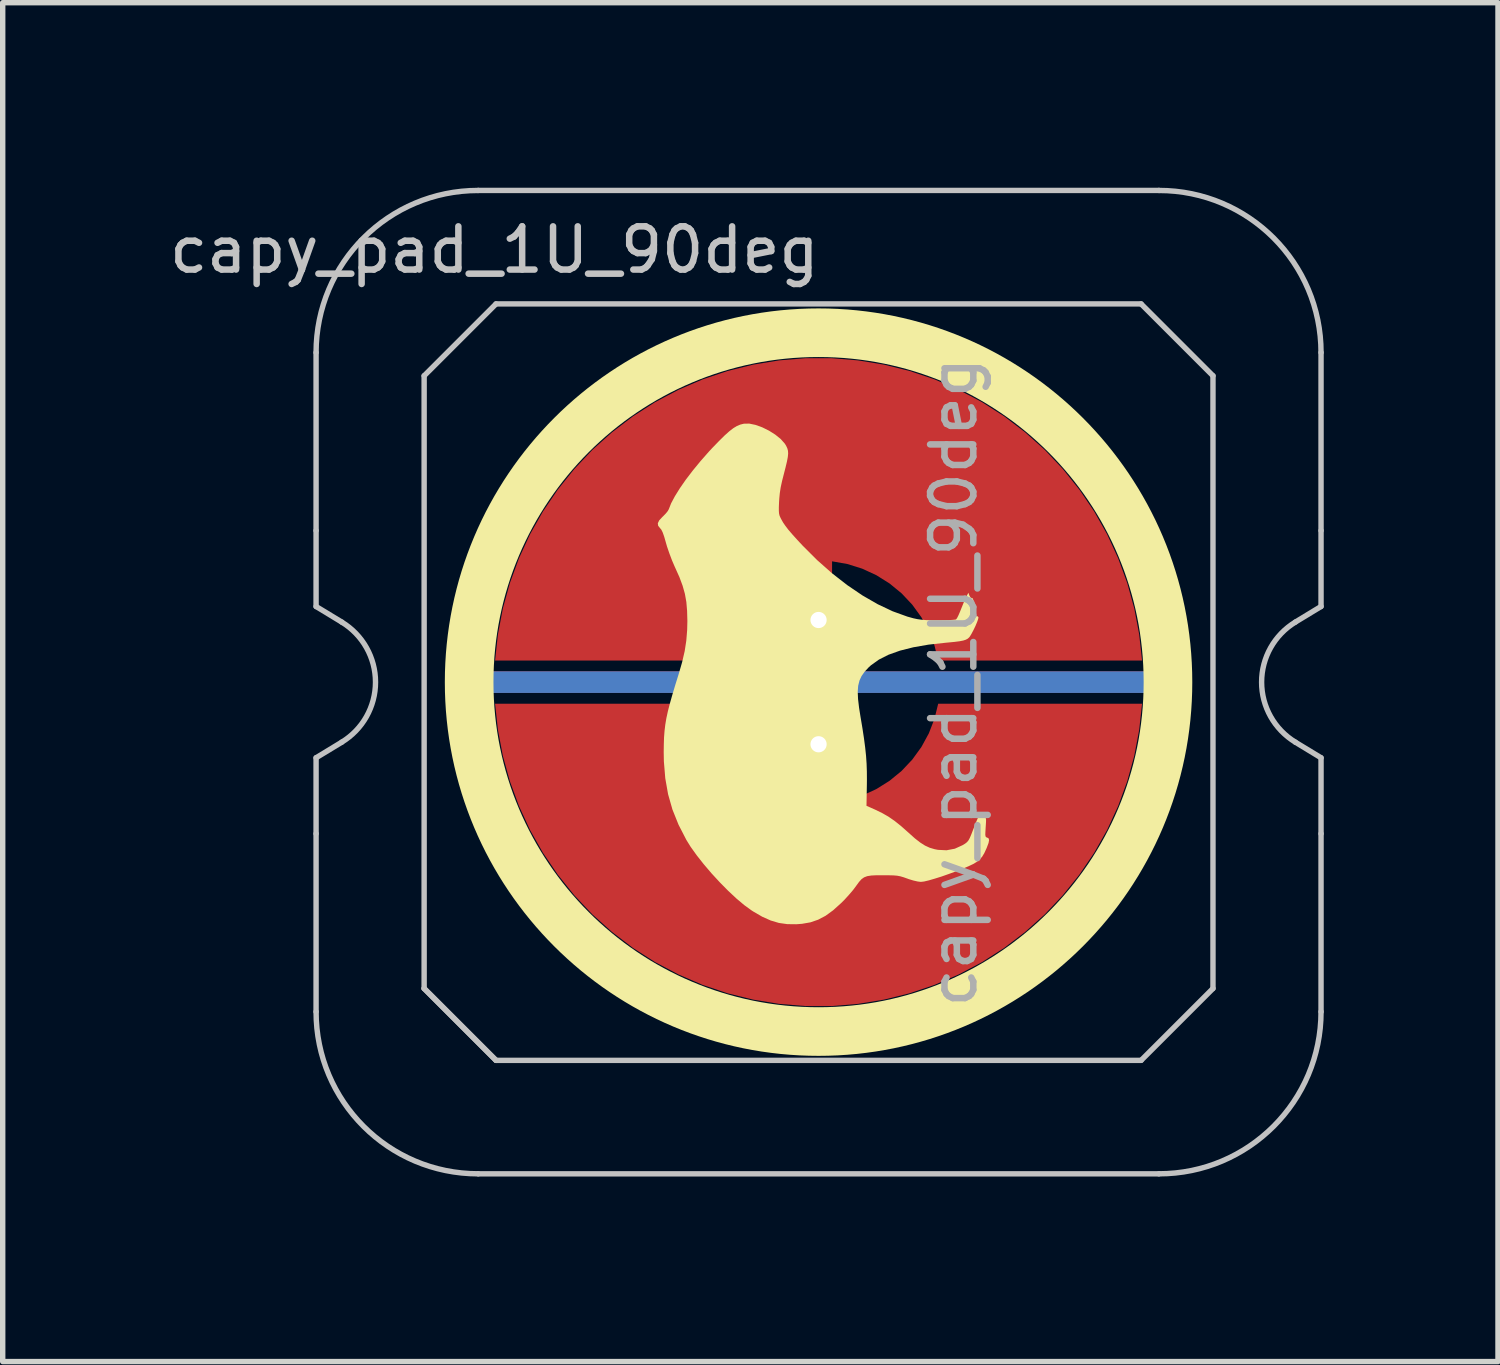
<source format=kicad_pcb>
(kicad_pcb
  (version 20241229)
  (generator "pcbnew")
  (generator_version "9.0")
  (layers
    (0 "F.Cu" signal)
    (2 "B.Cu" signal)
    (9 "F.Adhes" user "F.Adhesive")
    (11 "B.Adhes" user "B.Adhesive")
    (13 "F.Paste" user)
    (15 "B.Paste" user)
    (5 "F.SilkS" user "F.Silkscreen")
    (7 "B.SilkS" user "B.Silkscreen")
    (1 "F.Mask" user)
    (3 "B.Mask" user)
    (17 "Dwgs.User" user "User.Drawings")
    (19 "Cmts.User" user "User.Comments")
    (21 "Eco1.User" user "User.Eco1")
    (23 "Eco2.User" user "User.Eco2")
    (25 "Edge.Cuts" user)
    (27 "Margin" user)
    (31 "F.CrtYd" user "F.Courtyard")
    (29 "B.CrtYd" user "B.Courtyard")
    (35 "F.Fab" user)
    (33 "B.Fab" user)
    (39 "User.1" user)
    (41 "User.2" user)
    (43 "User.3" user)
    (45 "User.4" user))
  (footprint "capy_pad_1U_90deg"
    (layer "F.Cu")
    (at 12.1 9.575)
    (property "Reference" "capy_pad_1U_90deg" (at -6 -8 0) (layer "Dwgs.User") (effects (font (size 0.8 0.8) (thickness 0.12))))
    (attr smd)
    (fp_circle (center 0 0) (end 0 6.467) (stroke (width 0.9) (type solid)) (fill no) (layer "F.SilkS"))
    (fp_poly (pts (xy -2.949 -2.994) (xy -2.889 -3.059) (xy -2.883 -3.064) (xy -2.831 -3.117) (xy -2.79 -3.167) (xy -2.772 -3.2) (xy -2.729 -3.309) (xy -2.66 -3.439) (xy -2.568 -3.587) (xy -2.457 -3.747) (xy -2.328 -3.916) (xy -2.185 -4.09) (xy -2.032 -4.264) (xy -1.967 -4.334) (xy -1.843 -4.462) (xy -1.74 -4.564) (xy -1.653 -4.642) (xy -1.578 -4.7) (xy -1.511 -4.741) (xy -1.447 -4.767) (xy -1.383 -4.783) (xy -1.283 -4.785) (xy -1.167 -4.761) (xy -1.042 -4.716) (xy -0.917 -4.654) (xy -0.8 -4.58) (xy -0.699 -4.498) (xy -0.623 -4.412) (xy -0.598 -4.37) (xy -0.578 -4.327) (xy -0.566 -4.282) (xy -0.563 -4.231) (xy -0.569 -4.167) (xy -0.585 -4.083) (xy -0.611 -3.974) (xy -0.64 -3.861) (xy -0.676 -3.72) (xy -0.701 -3.604) (xy -0.717 -3.5) (xy -0.727 -3.398) (xy -0.731 -3.334) (xy -0.735 -3.237) (xy -0.735 -3.169) (xy -0.731 -3.119) (xy -0.721 -3.079) (xy -0.703 -3.039) (xy -0.691 -3.016) (xy -0.657 -2.955) (xy -0.613 -2.891) (xy -0.557 -2.818) (xy -0.484 -2.733) (xy -0.391 -2.63) (xy -0.296 -2.528) (xy -0.029 -2.261) (xy 0.248 -2.016) (xy 0.529 -1.797) (xy 0.812 -1.605) (xy 1.095 -1.442) (xy 1.372 -1.311) (xy 1.643 -1.213) (xy 1.754 -1.182) (xy 1.829 -1.166) (xy 1.907 -1.155) (xy 1.998 -1.148) (xy 2.112 -1.145) (xy 2.213 -1.145) (xy 2.32 -1.146) (xy 2.415 -1.148) (xy 2.489 -1.153) (xy 2.535 -1.158) (xy 2.545 -1.161) (xy 2.563 -1.185) (xy 2.589 -1.236) (xy 2.619 -1.306) (xy 2.636 -1.349) (xy 2.67 -1.433) (xy 2.702 -1.511) (xy 2.729 -1.571) (xy 2.738 -1.588) (xy 2.773 -1.654) (xy 2.793 -1.6) (xy 2.815 -1.564) (xy 2.839 -1.556) (xy 2.857 -1.547) (xy 2.867 -1.504) (xy 2.867 -1.433) (xy 2.858 -1.336) (xy 2.852 -1.293) (xy 2.847 -1.246) (xy 2.856 -1.226) (xy 2.888 -1.221) (xy 2.904 -1.221) (xy 2.946 -1.218) (xy 2.959 -1.202) (xy 2.954 -1.168) (xy 2.935 -1.114) (xy 2.905 -1.042) (xy 2.868 -0.965) (xy 2.831 -0.895) (xy 2.8 -0.844) (xy 2.789 -0.83) (xy 2.762 -0.805) (xy 2.727 -0.786) (xy 2.679 -0.77) (xy 2.612 -0.757) (xy 2.519 -0.745) (xy 2.395 -0.733) (xy 2.353 -0.729) (xy 2.035 -0.694) (xy 1.754 -0.645) (xy 1.508 -0.583) (xy 1.295 -0.507) (xy 1.117 -0.417) (xy 0.97 -0.312) (xy 0.925 -0.271) (xy 0.852 -0.192) (xy 0.796 -0.113) (xy 0.757 -0.028) (xy 0.733 0.068) (xy 0.725 0.18) (xy 0.731 0.314) (xy 0.75 0.475) (xy 0.775 0.633) (xy 0.812 0.853) (xy 0.841 1.044) (xy 0.863 1.212) (xy 0.879 1.364) (xy 0.889 1.51) (xy 0.894 1.655) (xy 0.895 1.808) (xy 0.894 1.902) (xy 0.887 2.289) (xy 1.047 2.36) (xy 1.177 2.423) (xy 1.294 2.49) (xy 1.407 2.568) (xy 1.526 2.663) (xy 1.659 2.781) (xy 1.668 2.789) (xy 1.783 2.892) (xy 1.882 2.969) (xy 1.97 3.025) (xy 2.057 3.065) (xy 2.148 3.092) (xy 2.21 3.104) (xy 2.368 3.112) (xy 2.522 3.083) (xy 2.667 3.017) (xy 2.667 3.017) (xy 2.714 2.988) (xy 2.748 2.961) (xy 2.774 2.93) (xy 2.799 2.884) (xy 2.827 2.818) (xy 2.856 2.743) (xy 2.89 2.656) (xy 2.921 2.578) (xy 2.946 2.52) (xy 2.96 2.492) (xy 2.987 2.457) (xy 3.01 2.451) (xy 3.021 2.474) (xy 3.021 2.477) (xy 3.038 2.501) (xy 3.064 2.506) (xy 3.083 2.508) (xy 3.095 2.518) (xy 3.1 2.543) (xy 3.099 2.592) (xy 3.094 2.67) (xy 3.093 2.686) (xy 3.088 2.771) (xy 3.086 2.824) (xy 3.091 2.855) (xy 3.101 2.87) (xy 3.12 2.877) (xy 3.148 2.892) (xy 3.156 2.924) (xy 3.146 2.977) (xy 3.116 3.057) (xy 3.112 3.068) (xy 3.069 3.162) (xy 3.029 3.229) (xy 2.984 3.281) (xy 2.926 3.328) (xy 2.92 3.332) (xy 2.861 3.367) (xy 2.772 3.409) (xy 2.663 3.455) (xy 2.538 3.504) (xy 2.407 3.552) (xy 2.276 3.598) (xy 2.151 3.637) (xy 2.041 3.669) (xy 1.953 3.69) (xy 1.893 3.697) (xy 1.892 3.697) (xy 1.835 3.69) (xy 1.756 3.672) (xy 1.67 3.646) (xy 1.643 3.636) (xy 1.572 3.611) (xy 1.514 3.594) (xy 1.457 3.583) (xy 1.391 3.577) (xy 1.305 3.575) (xy 1.211 3.574) (xy 1.078 3.574) (xy 0.977 3.579) (xy 0.901 3.591) (xy 0.843 3.613) (xy 0.795 3.647) (xy 0.75 3.697) (xy 0.7 3.765) (xy 0.696 3.771) (xy 0.64 3.846) (xy 0.565 3.934) (xy 0.483 4.024) (xy 0.416 4.091) (xy 0.268 4.224) (xy 0.129 4.325) (xy -0.008 4.397) (xy -0.151 4.446) (xy -0.306 4.473) (xy -0.412 4.481) (xy -0.579 4.479) (xy -0.734 4.457) (xy -0.885 4.412) (xy -1.042 4.342) (xy -1.211 4.244) (xy -1.246 4.221) (xy -1.375 4.127) (xy -1.519 4.006) (xy -1.671 3.864) (xy -1.827 3.706) (xy -1.98 3.54) (xy -2.125 3.37) (xy -2.256 3.204) (xy -2.369 3.046) (xy -2.447 2.92) (xy -2.592 2.638) (xy -2.704 2.359) (xy -2.785 2.075) (xy -2.837 1.78) (xy -2.863 1.465) (xy -2.866 1.296) (xy -2.864 1.154) (xy -2.86 1.026) (xy -2.851 0.906) (xy -2.837 0.789) (xy -2.817 0.669) (xy -2.789 0.54) (xy -2.752 0.396) (xy -2.706 0.233) (xy -2.649 0.043) (xy -2.59 -0.146) (xy -2.525 -0.37) (xy -2.478 -0.573) (xy -2.448 -0.767) (xy -2.432 -0.963) (xy -2.428 -1.13) (xy -2.433 -1.318) (xy -2.447 -1.483) (xy -2.474 -1.635) (xy -2.516 -1.784) (xy -2.575 -1.943) (xy -2.655 -2.121) (xy -2.662 -2.136) (xy -2.711 -2.25) (xy -2.761 -2.382) (xy -2.805 -2.511) (xy -2.824 -2.577) (xy -2.856 -2.689) (xy -2.884 -2.769) (xy -2.91 -2.822) (xy -2.932 -2.848) (xy -2.969 -2.894) (xy -2.975 -2.941)) (stroke (width 0) (type solid)) (fill yes) (layer "F.SilkS"))
    (fp_line (start -9.3 -2.805) (end -9.3 -6.1) (stroke (width 0.1) (type solid)) (layer "Dwgs.User"))
    (fp_line (start -9.3 -1.4) (end -9.3 -2.805) (stroke (width 0.1) (type solid)) (layer "Dwgs.User"))
    (fp_line (start -9.3 1.4) (end -8.824 1.111) (stroke (width 0.1) (type solid)) (layer "Dwgs.User"))
    (fp_line (start -9.3 2.805) (end -9.3 1.4) (stroke (width 0.1) (type solid)) (layer "Dwgs.User"))
    (fp_line (start -9.3 6.1) (end -9.3 2.805) (stroke (width 0.1) (type solid)) (layer "Dwgs.User"))
    (fp_line (start -8.824 -1.111) (end -9.3 -1.4) (stroke (width 0.1) (type solid)) (layer "Dwgs.User"))
    (fp_line (start -7.3 -5.67) (end -5.97 -7) (stroke (width 0.1) (type solid)) (layer "Dwgs.User"))
    (fp_line (start -7.3 5.67) (end -7.3 -5.67) (stroke (width 0.1) (type solid)) (layer "Dwgs.User"))
    (fp_line (start -7.3 5.67) (end -5.97 7) (stroke (width 0.1) (type solid)) (layer "Dwgs.User"))
    (fp_line (start -6.3 -9.1) (end 6.3 -9.1) (stroke (width 0.1) (type solid)) (layer "Dwgs.User"))
    (fp_line (start -5.97 -7) (end 5.97 -7) (stroke (width 0.1) (type solid)) (layer "Dwgs.User"))
    (fp_line (start -5.97 7) (end -7.3 5.67) (stroke (width 0.1) (type solid)) (layer "Dwgs.User"))
    (fp_line (start 5.97 -7) (end 7.3 -5.67) (stroke (width 0.1) (type solid)) (layer "Dwgs.User"))
    (fp_line (start 5.97 7) (end -5.97 7) (stroke (width 0.1) (type solid)) (layer "Dwgs.User"))
    (fp_line (start 6.3 9.1) (end -6.3 9.1) (stroke (width 0.1) (type solid)) (layer "Dwgs.User"))
    (fp_line (start 7.3 -5.67) (end 7.3 5.67) (stroke (width 0.1) (type solid)) (layer "Dwgs.User"))
    (fp_line (start 7.3 5.67) (end 5.97 7) (stroke (width 0.1) (type solid)) (layer "Dwgs.User"))
    (fp_line (start 8.824 1.111) (end 9.3 1.4) (stroke (width 0.1) (type solid)) (layer "Dwgs.User"))
    (fp_line (start 9.3 -6.1) (end 9.3 -2.805) (stroke (width 0.1) (type solid)) (layer "Dwgs.User"))
    (fp_line (start 9.3 -2.805) (end 9.3 -1.4) (stroke (width 0.1) (type solid)) (layer "Dwgs.User"))
    (fp_line (start 9.3 -1.4) (end 8.824 -1.111) (stroke (width 0.1) (type solid)) (layer "Dwgs.User"))
    (fp_line (start 9.3 1.4) (end 9.3 2.805) (stroke (width 0.1) (type solid)) (layer "Dwgs.User"))
    (fp_line (start 9.3 2.805) (end 9.3 6.1) (stroke (width 0.1) (type solid)) (layer "Dwgs.User"))
    (fp_arc (start -9.3 -6.1) (mid -8.42132 -8.22132) (end -6.3 -9.1) (stroke (width 0.1) (type solid)) (layer "Dwgs.User"))
    (fp_arc (start -8.824333 -1.110619) (mid -8.2 0) (end -8.824333 1.110619) (stroke (width 0.1) (type solid)) (layer "Dwgs.User"))
    (fp_arc (start -6.3 9.1) (mid -8.42132 8.22132) (end -9.3 6.1) (stroke (width 0.1) (type solid)) (layer "Dwgs.User"))
    (fp_arc (start 6.3 -9.1) (mid 8.42132 -8.22132) (end 9.3 -6.1) (stroke (width 0.1) (type solid)) (layer "Dwgs.User"))
    (fp_arc (start 8.824333 1.110619) (mid 8.2 0) (end 8.824333 -1.110619) (stroke (width 0.1) (type solid)) (layer "Dwgs.User"))
    (fp_arc (start 9.3 6.1) (mid 8.42132 8.22132) (end 6.3 9.1) (stroke (width 0.1) (type solid)) (layer "Dwgs.User"))
    (fp_rect (start -9.525 -9.525) (end 9.525 9.525) (stroke (width 0.1) (type default)) (fill no) (layer "Eco2.User"))
    (fp_text user "${REFERENCE}" (at 2.5 0 270) (layer "F.Fab") (effects (font (size 0.8 0.8) (thickness 0.12))))
    (pad "1" thru_hole circle (at 0 -1.15 180) (size 0.8 0.8) (drill 0.3) (layers "*.Cu"))
    (pad "1" smd custom (at 0 -1 270) (size 0.4 0.4) (layers "F.Cu") (options (anchor circle)) (primitives (gr_poly (pts (xy 0.6 -2.214) (xy 0.32 -2.145) (xy 0.052 -2.041) (xy -0.201 -1.903) (xy -0.434 -1.734) (xy -0.644 -1.536) (xy -0.826 -1.314) (xy -0.979 -1.07) (xy -1.1 -0.808) (xy -1.186 -0.534) (xy -1.236 -0.25) (xy 0 -0.25) (xy 0.096 -0.231) (xy 0.177 -0.177) (xy 0.231 -0.096) (xy 0.25 0) (xy 0.231 0.096) (xy 0.177 0.177) (xy 0.096 0.231) (xy 0 0.25) (xy -1.236 0.25) (xy -1.186 0.534) (xy -1.1 0.808) (xy -0.979 1.07) (xy -0.826 1.314) (xy -0.644 1.536) (xy -0.434 1.734) (xy -0.201 1.903) (xy 0.052 2.041) (xy 0.32 2.145) (xy 0.6 2.214) (xy 0.6 5.987) (xy 0.115 5.934) (xy -0.364 5.843) (xy -0.834 5.713) (xy -1.292 5.545) (xy -1.735 5.341) (xy -2.159 5.101) (xy -2.563 4.827) (xy -2.943 4.522) (xy -3.298 4.187) (xy -3.623 3.824) (xy -3.919 3.436) (xy -4.182 3.025) (xy -4.41 2.594) (xy -4.603 2.147) (xy -4.759 1.684) (xy -4.876 1.211) (xy -4.955 0.73) (xy -4.995 0.244) (xy -4.995 -0.244) (xy -4.955 -0.73) (xy -4.876 -1.211) (xy -4.759 -1.684) (xy -4.603 -2.147) (xy -4.41 -2.594) (xy -4.182 -3.025) (xy -3.919 -3.436) (xy -3.623 -3.824) (xy -3.298 -4.187) (xy -2.943 -4.522) (xy -2.563 -4.827) (xy -2.159 -5.101) (xy -1.735 -5.341) (xy -1.292 -5.545) (xy -0.834 -5.713) (xy -0.364 -5.843) (xy 0.115 -5.934) (xy 0.6 -5.987)) (width 0) (fill yes))))
    (pad "2" smd custom (at 0 1 90) (size 0.4 0.4) (layers "F.Cu") (options (anchor circle)) (primitives (gr_poly (pts (xy 0.6 -2.214) (xy 0.32 -2.145) (xy 0.052 -2.041) (xy -0.201 -1.903) (xy -0.434 -1.734) (xy -0.644 -1.536) (xy -0.826 -1.314) (xy -0.979 -1.07) (xy -1.1 -0.808) (xy -1.186 -0.534) (xy -1.236 -0.25) (xy 0 -0.25) (xy 0.096 -0.231) (xy 0.177 -0.177) (xy 0.231 -0.096) (xy 0.25 0) (xy 0.231 0.096) (xy 0.177 0.177) (xy 0.096 0.231) (xy 0 0.25) (xy -1.236 0.25) (xy -1.186 0.534) (xy -1.1 0.808) (xy -0.979 1.07) (xy -0.826 1.314) (xy -0.644 1.536) (xy -0.434 1.734) (xy -0.201 1.903) (xy 0.052 2.041) (xy 0.32 2.145) (xy 0.6 2.214) (xy 0.6 5.987) (xy 0.115 5.934) (xy -0.364 5.843) (xy -0.834 5.713) (xy -1.292 5.545) (xy -1.735 5.341) (xy -2.159 5.101) (xy -2.563 4.827) (xy -2.943 4.522) (xy -3.298 4.187) (xy -3.623 3.824) (xy -3.919 3.436) (xy -4.182 3.025) (xy -4.41 2.594) (xy -4.603 2.147) (xy -4.759 1.684) (xy -4.876 1.211) (xy -4.955 0.73) (xy -4.995 0.244) (xy -4.995 -0.244) (xy -4.955 -0.73) (xy -4.876 -1.211) (xy -4.759 -1.684) (xy -4.603 -2.147) (xy -4.41 -2.594) (xy -4.182 -3.025) (xy -3.919 -3.436) (xy -3.623 -3.824) (xy -3.298 -4.187) (xy -2.943 -4.522) (xy -2.563 -4.827) (xy -2.159 -5.101) (xy -1.735 -5.341) (xy -1.292 -5.545) (xy -0.834 -5.713) (xy -0.364 -5.843) (xy 0.115 -5.934) (xy 0.6 -5.987)) (width 0) (fill yes))))
    (pad "2" thru_hole circle (at 0 1.15 180) (size 0.8 0.8) (drill 0.3) (layers "*.Cu"))
    (pad "3" smd roundrect (at 0 0 90) (size 0.4 12.5) (layers "B.Cu") (roundrect_rratio 0.5))
    (pad "3" smd roundrect (at 0 0 90) (size 0.4 12.75) (layers "F.Cu") (roundrect_rratio 0.5))
    (zone (net_name "") (layer "F.Cu") (hatch edge 0.508) (connect_pads) (min_thickness 0.254) (filled_areas_thickness no) (keepout (tracks allowed) (vias allowed) (pads allowed) (copperpour not_allowed) (footprints allowed)) (placement (enabled no)) (fill) (polygon (pts (xy 5.85 9.575) (xy 5.874 9.03) (xy 5.945 8.49) (xy 6.063 7.957) (xy 6.227 7.437) (xy 6.436 6.934) (xy 6.687 6.45) (xy 6.98 5.99) (xy 7.312 5.558) (xy 7.681 5.156) (xy 8.083 4.787) (xy 8.515 4.455) (xy 8.975 4.162) (xy 9.459 3.911) (xy 9.962 3.702) (xy 10.482 3.538) (xy 11.015 3.42) (xy 11.555 3.349) (xy 12.1 3.325) (xy 12.645 3.349) (xy 13.185 3.42) (xy 13.718 3.538) (xy 14.238 3.702) (xy 14.741 3.911) (xy 15.225 4.162) (xy 15.685 4.455) (xy 16.117 4.787) (xy 16.519 5.156) (xy 16.888 5.558) (xy 17.22 5.99) (xy 17.513 6.45) (xy 17.764 6.934) (xy 17.973 7.437) (xy 18.137 7.957) (xy 18.255 8.49) (xy 18.326 9.03) (xy 18.35 9.575) (xy 18.326 10.12) (xy 18.255 10.66) (xy 18.137 11.193) (xy 17.973 11.713) (xy 17.764 12.216) (xy 17.513 12.7) (xy 17.22 13.16) (xy 16.888 13.592) (xy 16.519 13.994) (xy 16.117 14.363) (xy 15.685 14.695) (xy 15.225 14.988) (xy 14.741 15.239) (xy 14.238 15.448) (xy 13.718 15.612) (xy 13.185 15.73) (xy 12.645 15.801) (xy 12.1 15.825) (xy 11.555 15.801) (xy 11.015 15.73) (xy 10.482 15.612) (xy 9.962 15.448) (xy 9.459 15.239) (xy 8.975 14.988) (xy 8.515 14.695) (xy 8.083 14.363) (xy 7.681 13.994) (xy 7.312 13.592) (xy 6.98 13.16) (xy 6.687 12.7) (xy 6.436 12.216) (xy 6.227 11.713) (xy 6.063 11.193) (xy 5.945 10.66) (xy 5.874 10.12))))
    (zone (net_name "") (layer "B.Cu") (hatch edge 0.1) (connect_pads) (min_thickness 0.254) (filled_areas_thickness no) (keepout (tracks allowed) (vias allowed) (pads allowed) (copperpour not_allowed) (footprints allowed)) (placement (enabled no)) (fill) (polygon (pts (xy 6.1 9.575) (xy 6.123 9.052) (xy 6.191 8.533) (xy 6.304 8.022) (xy 6.462 7.523) (xy 6.662 7.039) (xy 6.904 6.575) (xy 7.185 6.134) (xy 7.504 5.718) (xy 7.857 5.332) (xy 8.243 4.979) (xy 8.659 4.66) (xy 9.1 4.379) (xy 9.564 4.137) (xy 10.048 3.937) (xy 10.547 3.779) (xy 11.058 3.666) (xy 11.577 3.598) (xy 12.1 3.575) (xy 12.623 3.598) (xy 13.142 3.666) (xy 13.653 3.779) (xy 14.152 3.937) (xy 14.636 4.137) (xy 15.1 4.379) (xy 15.541 4.66) (xy 15.957 4.979) (xy 16.343 5.332) (xy 16.696 5.718) (xy 17.015 6.134) (xy 17.296 6.575) (xy 17.538 7.039) (xy 17.738 7.523) (xy 17.896 8.022) (xy 18.009 8.533) (xy 18.077 9.052) (xy 18.1 9.575) (xy 18.077 10.098) (xy 18.009 10.617) (xy 17.896 11.128) (xy 17.738 11.627) (xy 17.538 12.111) (xy 17.296 12.575) (xy 17.015 13.016) (xy 16.696 13.432) (xy 16.343 13.818) (xy 15.957 14.171) (xy 15.541 14.49) (xy 15.1 14.771) (xy 14.636 15.013) (xy 14.152 15.213) (xy 13.653 15.371) (xy 13.142 15.484) (xy 12.623 15.552) (xy 12.1 15.575) (xy 11.577 15.552) (xy 11.058 15.484) (xy 10.547 15.371) (xy 10.048 15.213) (xy 9.564 15.013) (xy 9.1 14.771) (xy 8.659 14.49) (xy 8.243 14.171) (xy 7.857 13.818) (xy 7.504 13.432) (xy 7.185 13.016) (xy 6.904 12.575) (xy 6.662 12.111) (xy 6.462 11.627) (xy 6.304 11.128) (xy 6.191 10.617) (xy 6.123 10.098)))))
  (gr_rect
    (start -3 -3)
    (end 24.675 22.15)
    (stroke (width 0.1) (type default))
    (fill no)
    (layer "Edge.Cuts")))
</source>
